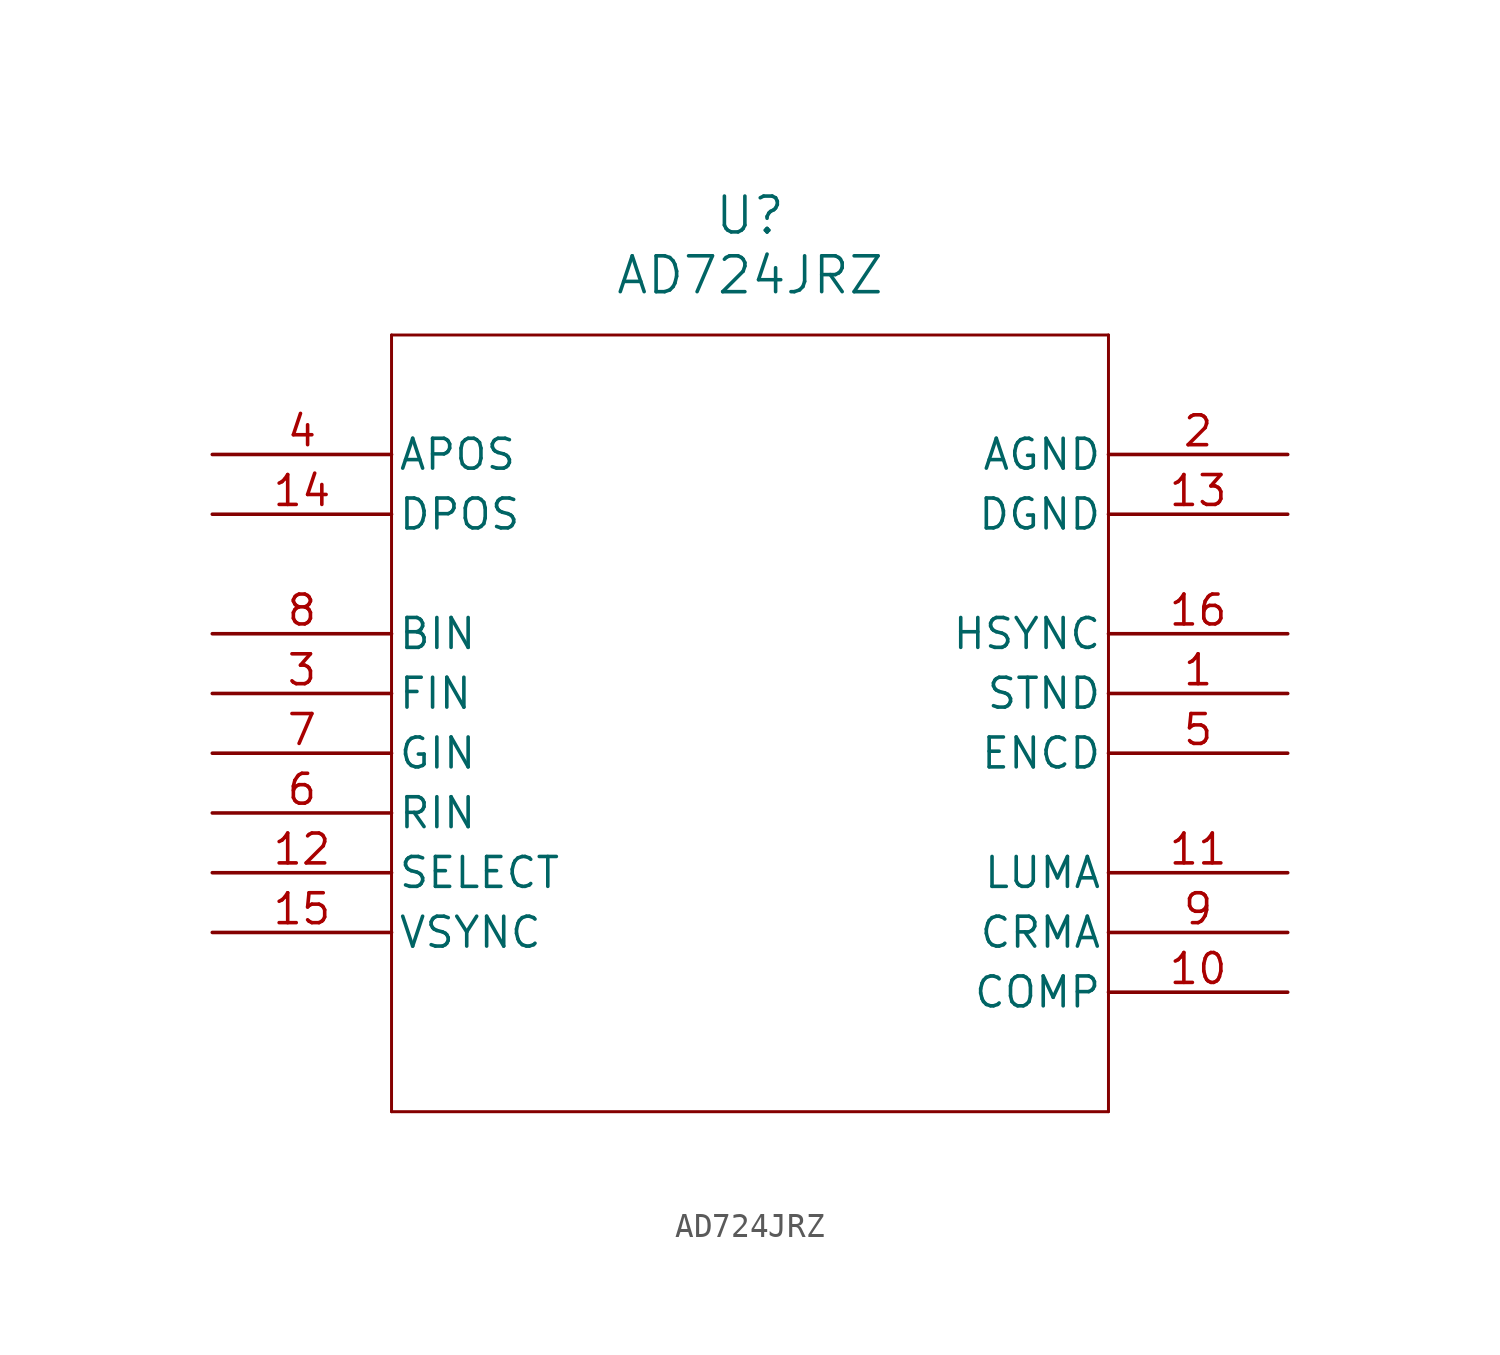
<source format=kicad_sym>
(kicad_symbol_lib
  (version 20211014)
  (generator kicad_symbol_editor)
  (symbol "AD724JRZ"
    (pin_names
      (offset 0.254))
    (property "Reference" "U"
      (at 22.86 10.16 0)
      (effects (font (size 1.524 1.524))))
    (property "Value" "AD724JRZ"
      (at 22.86 7.62 0)
      (effects (font (size 1.524 1.524))))
    (symbol "AD724JRZ_0_1"
      (polyline (pts (xy 7.62 5.08) (xy 7.62 -27.94)) (stroke (width 0.127) (type default) (color 0 0 0 0)) (fill (type none)))
      (polyline (pts (xy 7.62 -27.94) (xy 38.1 -27.94)) (stroke (width 0.127) (type default) (color 0 0 0 0)) (fill (type none)))
      (polyline (pts (xy 38.1 -27.94) (xy 38.1 5.08)) (stroke (width 0.127) (type default) (color 0 0 0 0)) (fill (type none)))
      (polyline (pts (xy 38.1 5.08) (xy 7.62 5.08)) (stroke (width 0.127) (type default) (color 0 0 0 0)) (fill (type none)))
      (pin power_in line (at 0 0 0) (length 7.62) (name "APOS" (effects (font (size 1.27 1.27)))) (number "4" (effects (font (size 1.27 1.27)))))
      (pin input line (at 0 -7.62 0) (length 7.62) (name "BIN" (effects (font (size 1.27 1.27)))) (number "8" (effects (font (size 1.27 1.27)))))
      (pin output line (at 45.72 -22.86 180) (length 7.62) (name "COMP" (effects (font (size 1.27 1.27)))) (number "10" (effects (font (size 1.27 1.27)))))
      (pin output line (at 45.72 -20.32 180) (length 7.62) (name "CRMA" (effects (font (size 1.27 1.27)))) (number "9" (effects (font (size 1.27 1.27)))))
      (pin power_out line (at 45.72 -2.54 180) (length 7.62) (name "DGND" (effects (font (size 1.27 1.27)))) (number "13" (effects (font (size 1.27 1.27)))))
      (pin power_in line (at 0 -2.54 0) (length 7.62) (name "DPOS" (effects (font (size 1.27 1.27)))) (number "14" (effects (font (size 1.27 1.27)))))
      (pin input line (at 45.72 -12.7 180) (length 7.62) (name "ENCD" (effects (font (size 1.27 1.27)))) (number "5" (effects (font (size 1.27 1.27)))))
      (pin input line (at 0 -10.16 0) (length 7.62) (name "FIN" (effects (font (size 1.27 1.27)))) (number "3" (effects (font (size 1.27 1.27)))))
      (pin input line (at 0 -12.7 0) (length 7.62) (name "GIN" (effects (font (size 1.27 1.27)))) (number "7" (effects (font (size 1.27 1.27)))))
      (pin power_out line (at 45.72 0 180) (length 7.62) (name "AGND" (effects (font (size 1.27 1.27)))) (number "2" (effects (font (size 1.27 1.27)))))
      (pin input line (at 45.72 -7.62 180) (length 7.62) (name "HSYNC" (effects (font (size 1.27 1.27)))) (number "16" (effects (font (size 1.27 1.27)))))
      (pin output line (at 45.72 -17.78 180) (length 7.62) (name "LUMA" (effects (font (size 1.27 1.27)))) (number "11" (effects (font (size 1.27 1.27)))))
      (pin input line (at 0 -15.24 0) (length 7.62) (name "RIN" (effects (font (size 1.27 1.27)))) (number "6" (effects (font (size 1.27 1.27)))))
      (pin input line (at 0 -17.78 0) (length 7.62) (name "SELECT" (effects (font (size 1.27 1.27)))) (number "12" (effects (font (size 1.27 1.27)))))
      (pin input line (at 45.72 -10.16 180) (length 7.62) (name "STND" (effects (font (size 1.27 1.27)))) (number "1" (effects (font (size 1.27 1.27)))))
      (pin input line (at 0 -20.32 0) (length 7.62) (name "VSYNC" (effects (font (size 1.27 1.27)))) (number "15" (effects (font (size 1.27 1.27))))))))
</source>
